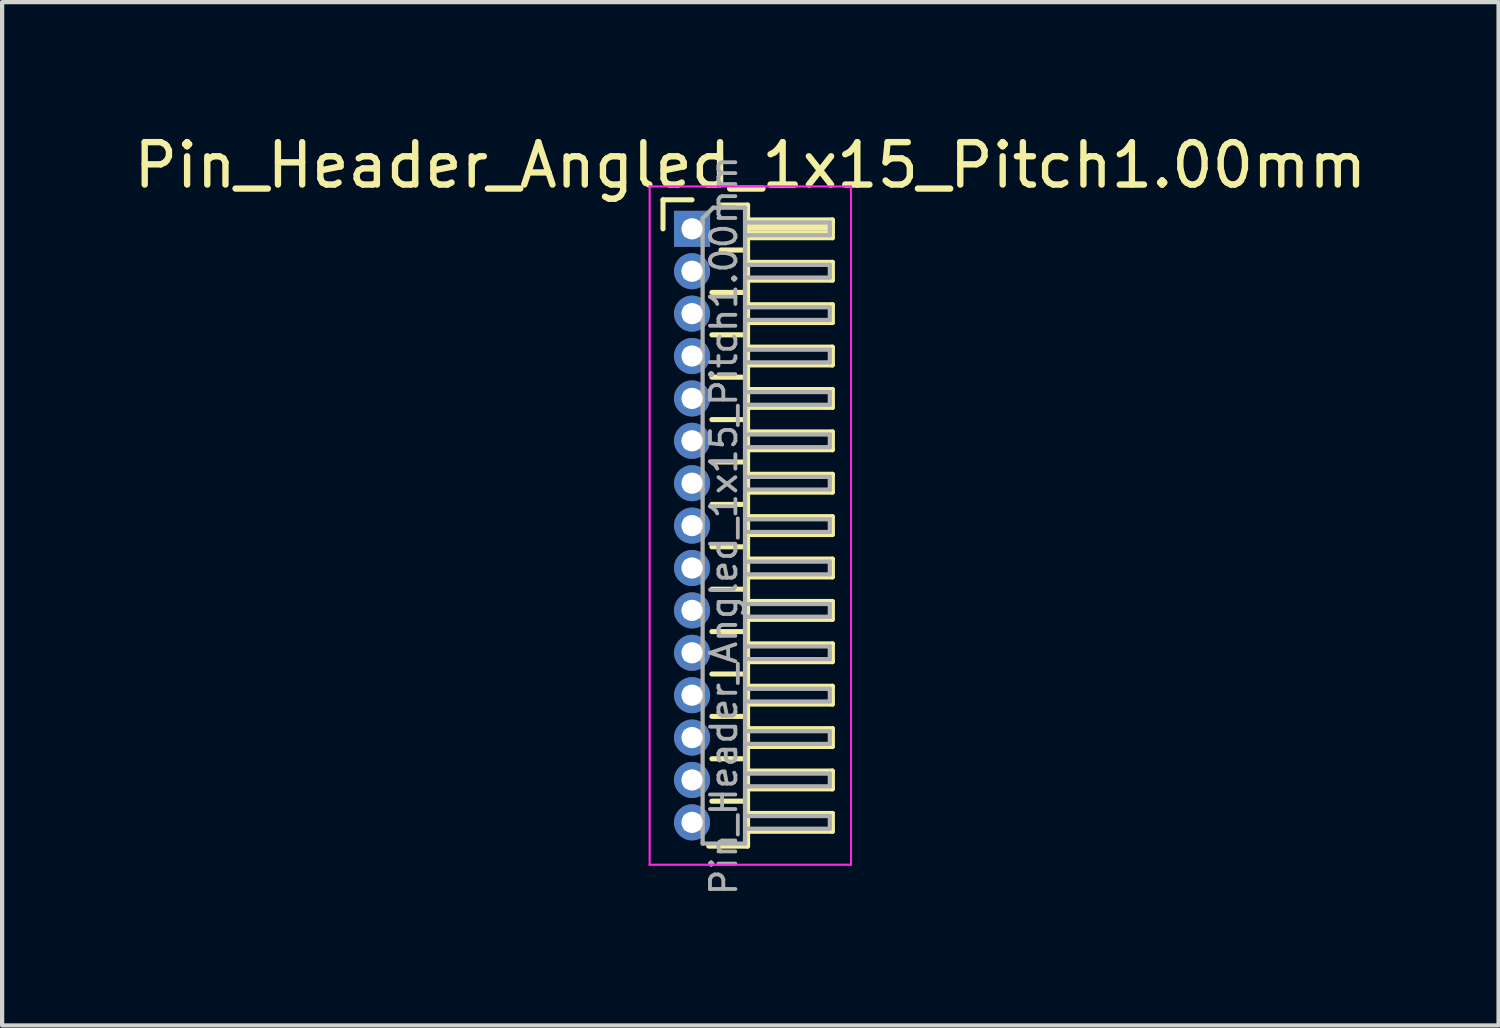
<source format=kicad_pcb>
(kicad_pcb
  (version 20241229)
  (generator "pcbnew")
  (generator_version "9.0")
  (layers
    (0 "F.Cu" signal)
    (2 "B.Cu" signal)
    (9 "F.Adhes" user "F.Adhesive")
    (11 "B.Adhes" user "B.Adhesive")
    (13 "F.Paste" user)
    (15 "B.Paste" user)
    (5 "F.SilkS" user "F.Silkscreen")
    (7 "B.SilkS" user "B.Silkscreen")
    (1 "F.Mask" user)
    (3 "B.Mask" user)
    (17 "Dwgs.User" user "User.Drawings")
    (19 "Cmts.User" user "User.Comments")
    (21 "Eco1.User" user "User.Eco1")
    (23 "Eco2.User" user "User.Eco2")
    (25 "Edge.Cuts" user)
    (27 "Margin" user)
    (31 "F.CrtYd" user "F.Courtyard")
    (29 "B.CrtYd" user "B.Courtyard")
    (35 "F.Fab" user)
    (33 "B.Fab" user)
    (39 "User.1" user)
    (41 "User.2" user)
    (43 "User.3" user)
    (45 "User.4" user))
  (footprint "Pin_Header_Angled_1x15_Pitch1.00mm"
    (layer "F.Cu")
    (at 13.274 2.348)
    (property "Reference" "Pin_Header_Angled_1x15_Pitch1.00mm" (at 1.375 -1.5 0) (layer "F.SilkS") (effects (font (size 1 1) (thickness 0.15))))
    (attr through_hole)
    (fp_line (start -0.685 -0.685) (end 0 -0.685) (stroke (width 0.12) (type solid)) (layer "F.SilkS"))
    (fp_line (start -0.685 0) (end -0.685 -0.685) (stroke (width 0.12) (type solid)) (layer "F.SilkS"))
    (fp_line (start 0.468 1.5) (end 1.31 1.5) (stroke (width 0.12) (type solid)) (layer "F.SilkS"))
    (fp_line (start 0.468 2.5) (end 1.31 2.5) (stroke (width 0.12) (type solid)) (layer "F.SilkS"))
    (fp_line (start 0.468 3.5) (end 1.31 3.5) (stroke (width 0.12) (type solid)) (layer "F.SilkS"))
    (fp_line (start 0.468 4.5) (end 1.31 4.5) (stroke (width 0.12) (type solid)) (layer "F.SilkS"))
    (fp_line (start 0.468 5.5) (end 1.31 5.5) (stroke (width 0.12) (type solid)) (layer "F.SilkS"))
    (fp_line (start 0.468 6.5) (end 1.31 6.5) (stroke (width 0.12) (type solid)) (layer "F.SilkS"))
    (fp_line (start 0.468 7.5) (end 1.31 7.5) (stroke (width 0.12) (type solid)) (layer "F.SilkS"))
    (fp_line (start 0.468 8.5) (end 1.31 8.5) (stroke (width 0.12) (type solid)) (layer "F.SilkS"))
    (fp_line (start 0.468 9.5) (end 1.31 9.5) (stroke (width 0.12) (type solid)) (layer "F.SilkS"))
    (fp_line (start 0.468 10.5) (end 1.31 10.5) (stroke (width 0.12) (type solid)) (layer "F.SilkS"))
    (fp_line (start 0.468 11.5) (end 1.31 11.5) (stroke (width 0.12) (type solid)) (layer "F.SilkS"))
    (fp_line (start 0.468 12.5) (end 1.31 12.5) (stroke (width 0.12) (type solid)) (layer "F.SilkS"))
    (fp_line (start 0.468 13.5) (end 1.31 13.5) (stroke (width 0.12) (type solid)) (layer "F.SilkS"))
    (fp_line (start 0.685 -0.56) (end 1.31 -0.56) (stroke (width 0.12) (type solid)) (layer "F.SilkS"))
    (fp_line (start 0.685 0.5) (end 1.31 0.5) (stroke (width 0.12) (type solid)) (layer "F.SilkS"))
    (fp_line (start 1.31 -0.56) (end 1.31 14.56) (stroke (width 0.12) (type solid)) (layer "F.SilkS"))
    (fp_line (start 1.31 -0.21) (end 3.31 -0.21) (stroke (width 0.12) (type solid)) (layer "F.SilkS"))
    (fp_line (start 1.31 -0.15) (end 3.31 -0.15) (stroke (width 0.12) (type solid)) (layer "F.SilkS"))
    (fp_line (start 1.31 -0.03) (end 3.31 -0.03) (stroke (width 0.12) (type solid)) (layer "F.SilkS"))
    (fp_line (start 1.31 0.09) (end 3.31 0.09) (stroke (width 0.12) (type solid)) (layer "F.SilkS"))
    (fp_line (start 1.31 0.79) (end 3.31 0.79) (stroke (width 0.12) (type solid)) (layer "F.SilkS"))
    (fp_line (start 1.31 1.79) (end 3.31 1.79) (stroke (width 0.12) (type solid)) (layer "F.SilkS"))
    (fp_line (start 1.31 2.79) (end 3.31 2.79) (stroke (width 0.12) (type solid)) (layer "F.SilkS"))
    (fp_line (start 1.31 3.79) (end 3.31 3.79) (stroke (width 0.12) (type solid)) (layer "F.SilkS"))
    (fp_line (start 1.31 4.79) (end 3.31 4.79) (stroke (width 0.12) (type solid)) (layer "F.SilkS"))
    (fp_line (start 1.31 5.79) (end 3.31 5.79) (stroke (width 0.12) (type solid)) (layer "F.SilkS"))
    (fp_line (start 1.31 6.79) (end 3.31 6.79) (stroke (width 0.12) (type solid)) (layer "F.SilkS"))
    (fp_line (start 1.31 7.79) (end 3.31 7.79) (stroke (width 0.12) (type solid)) (layer "F.SilkS"))
    (fp_line (start 1.31 8.79) (end 3.31 8.79) (stroke (width 0.12) (type solid)) (layer "F.SilkS"))
    (fp_line (start 1.31 9.79) (end 3.31 9.79) (stroke (width 0.12) (type solid)) (layer "F.SilkS"))
    (fp_line (start 1.31 10.79) (end 3.31 10.79) (stroke (width 0.12) (type solid)) (layer "F.SilkS"))
    (fp_line (start 1.31 11.79) (end 3.31 11.79) (stroke (width 0.12) (type solid)) (layer "F.SilkS"))
    (fp_line (start 1.31 12.79) (end 3.31 12.79) (stroke (width 0.12) (type solid)) (layer "F.SilkS"))
    (fp_line (start 1.31 13.79) (end 3.31 13.79) (stroke (width 0.12) (type solid)) (layer "F.SilkS"))
    (fp_line (start 1.31 14.56) (end 0.394 14.56) (stroke (width 0.12) (type solid)) (layer "F.SilkS"))
    (fp_line (start 3.31 -0.21) (end 3.31 0.21) (stroke (width 0.12) (type solid)) (layer "F.SilkS"))
    (fp_line (start 3.31 0.21) (end 1.31 0.21) (stroke (width 0.12) (type solid)) (layer "F.SilkS"))
    (fp_line (start 3.31 0.79) (end 3.31 1.21) (stroke (width 0.12) (type solid)) (layer "F.SilkS"))
    (fp_line (start 3.31 1.21) (end 1.31 1.21) (stroke (width 0.12) (type solid)) (layer "F.SilkS"))
    (fp_line (start 3.31 1.79) (end 3.31 2.21) (stroke (width 0.12) (type solid)) (layer "F.SilkS"))
    (fp_line (start 3.31 2.21) (end 1.31 2.21) (stroke (width 0.12) (type solid)) (layer "F.SilkS"))
    (fp_line (start 3.31 2.79) (end 3.31 3.21) (stroke (width 0.12) (type solid)) (layer "F.SilkS"))
    (fp_line (start 3.31 3.21) (end 1.31 3.21) (stroke (width 0.12) (type solid)) (layer "F.SilkS"))
    (fp_line (start 3.31 3.79) (end 3.31 4.21) (stroke (width 0.12) (type solid)) (layer "F.SilkS"))
    (fp_line (start 3.31 4.21) (end 1.31 4.21) (stroke (width 0.12) (type solid)) (layer "F.SilkS"))
    (fp_line (start 3.31 4.79) (end 3.31 5.21) (stroke (width 0.12) (type solid)) (layer "F.SilkS"))
    (fp_line (start 3.31 5.21) (end 1.31 5.21) (stroke (width 0.12) (type solid)) (layer "F.SilkS"))
    (fp_line (start 3.31 5.79) (end 3.31 6.21) (stroke (width 0.12) (type solid)) (layer "F.SilkS"))
    (fp_line (start 3.31 6.21) (end 1.31 6.21) (stroke (width 0.12) (type solid)) (layer "F.SilkS"))
    (fp_line (start 3.31 6.79) (end 3.31 7.21) (stroke (width 0.12) (type solid)) (layer "F.SilkS"))
    (fp_line (start 3.31 7.21) (end 1.31 7.21) (stroke (width 0.12) (type solid)) (layer "F.SilkS"))
    (fp_line (start 3.31 7.79) (end 3.31 8.21) (stroke (width 0.12) (type solid)) (layer "F.SilkS"))
    (fp_line (start 3.31 8.21) (end 1.31 8.21) (stroke (width 0.12) (type solid)) (layer "F.SilkS"))
    (fp_line (start 3.31 8.79) (end 3.31 9.21) (stroke (width 0.12) (type solid)) (layer "F.SilkS"))
    (fp_line (start 3.31 9.21) (end 1.31 9.21) (stroke (width 0.12) (type solid)) (layer "F.SilkS"))
    (fp_line (start 3.31 9.79) (end 3.31 10.21) (stroke (width 0.12) (type solid)) (layer "F.SilkS"))
    (fp_line (start 3.31 10.21) (end 1.31 10.21) (stroke (width 0.12) (type solid)) (layer "F.SilkS"))
    (fp_line (start 3.31 10.79) (end 3.31 11.21) (stroke (width 0.12) (type solid)) (layer "F.SilkS"))
    (fp_line (start 3.31 11.21) (end 1.31 11.21) (stroke (width 0.12) (type solid)) (layer "F.SilkS"))
    (fp_line (start 3.31 11.79) (end 3.31 12.21) (stroke (width 0.12) (type solid)) (layer "F.SilkS"))
    (fp_line (start 3.31 12.21) (end 1.31 12.21) (stroke (width 0.12) (type solid)) (layer "F.SilkS"))
    (fp_line (start 3.31 12.79) (end 3.31 13.21) (stroke (width 0.12) (type solid)) (layer "F.SilkS"))
    (fp_line (start 3.31 13.21) (end 1.31 13.21) (stroke (width 0.12) (type solid)) (layer "F.SilkS"))
    (fp_line (start 3.31 13.79) (end 3.31 14.21) (stroke (width 0.12) (type solid)) (layer "F.SilkS"))
    (fp_line (start 3.31 14.21) (end 1.31 14.21) (stroke (width 0.12) (type solid)) (layer "F.SilkS"))
    (fp_line (start -1 -1) (end -1 15) (stroke (width 0.05) (type solid)) (layer "F.CrtYd"))
    (fp_line (start -1 15) (end 3.75 15) (stroke (width 0.05) (type solid)) (layer "F.CrtYd"))
    (fp_line (start 3.75 -1) (end -1 -1) (stroke (width 0.05) (type solid)) (layer "F.CrtYd"))
    (fp_line (start 3.75 15) (end 3.75 -1) (stroke (width 0.05) (type solid)) (layer "F.CrtYd"))
    (fp_line (start -0.15 -0.15) (end -0.15 0.15) (stroke (width 0.1) (type solid)) (layer "F.Fab"))
    (fp_line (start -0.15 -0.15) (end 0.25 -0.15) (stroke (width 0.1) (type solid)) (layer "F.Fab"))
    (fp_line (start -0.15 0.15) (end 0.25 0.15) (stroke (width 0.1) (type solid)) (layer "F.Fab"))
    (fp_line (start -0.15 0.85) (end -0.15 1.15) (stroke (width 0.1) (type solid)) (layer "F.Fab"))
    (fp_line (start -0.15 0.85) (end 0.25 0.85) (stroke (width 0.1) (type solid)) (layer "F.Fab"))
    (fp_line (start -0.15 1.15) (end 0.25 1.15) (stroke (width 0.1) (type solid)) (layer "F.Fab"))
    (fp_line (start -0.15 1.85) (end -0.15 2.15) (stroke (width 0.1) (type solid)) (layer "F.Fab"))
    (fp_line (start -0.15 1.85) (end 0.25 1.85) (stroke (width 0.1) (type solid)) (layer "F.Fab"))
    (fp_line (start -0.15 2.15) (end 0.25 2.15) (stroke (width 0.1) (type solid)) (layer "F.Fab"))
    (fp_line (start -0.15 2.85) (end -0.15 3.15) (stroke (width 0.1) (type solid)) (layer "F.Fab"))
    (fp_line (start -0.15 2.85) (end 0.25 2.85) (stroke (width 0.1) (type solid)) (layer "F.Fab"))
    (fp_line (start -0.15 3.15) (end 0.25 3.15) (stroke (width 0.1) (type solid)) (layer "F.Fab"))
    (fp_line (start -0.15 3.85) (end -0.15 4.15) (stroke (width 0.1) (type solid)) (layer "F.Fab"))
    (fp_line (start -0.15 3.85) (end 0.25 3.85) (stroke (width 0.1) (type solid)) (layer "F.Fab"))
    (fp_line (start -0.15 4.15) (end 0.25 4.15) (stroke (width 0.1) (type solid)) (layer "F.Fab"))
    (fp_line (start -0.15 4.85) (end -0.15 5.15) (stroke (width 0.1) (type solid)) (layer "F.Fab"))
    (fp_line (start -0.15 4.85) (end 0.25 4.85) (stroke (width 0.1) (type solid)) (layer "F.Fab"))
    (fp_line (start -0.15 5.15) (end 0.25 5.15) (stroke (width 0.1) (type solid)) (layer "F.Fab"))
    (fp_line (start -0.15 5.85) (end -0.15 6.15) (stroke (width 0.1) (type solid)) (layer "F.Fab"))
    (fp_line (start -0.15 5.85) (end 0.25 5.85) (stroke (width 0.1) (type solid)) (layer "F.Fab"))
    (fp_line (start -0.15 6.15) (end 0.25 6.15) (stroke (width 0.1) (type solid)) (layer "F.Fab"))
    (fp_line (start -0.15 6.85) (end -0.15 7.15) (stroke (width 0.1) (type solid)) (layer "F.Fab"))
    (fp_line (start -0.15 6.85) (end 0.25 6.85) (stroke (width 0.1) (type solid)) (layer "F.Fab"))
    (fp_line (start -0.15 7.15) (end 0.25 7.15) (stroke (width 0.1) (type solid)) (layer "F.Fab"))
    (fp_line (start -0.15 7.85) (end -0.15 8.15) (stroke (width 0.1) (type solid)) (layer "F.Fab"))
    (fp_line (start -0.15 7.85) (end 0.25 7.85) (stroke (width 0.1) (type solid)) (layer "F.Fab"))
    (fp_line (start -0.15 8.15) (end 0.25 8.15) (stroke (width 0.1) (type solid)) (layer "F.Fab"))
    (fp_line (start -0.15 8.85) (end -0.15 9.15) (stroke (width 0.1) (type solid)) (layer "F.Fab"))
    (fp_line (start -0.15 8.85) (end 0.25 8.85) (stroke (width 0.1) (type solid)) (layer "F.Fab"))
    (fp_line (start -0.15 9.15) (end 0.25 9.15) (stroke (width 0.1) (type solid)) (layer "F.Fab"))
    (fp_line (start -0.15 9.85) (end -0.15 10.15) (stroke (width 0.1) (type solid)) (layer "F.Fab"))
    (fp_line (start -0.15 9.85) (end 0.25 9.85) (stroke (width 0.1) (type solid)) (layer "F.Fab"))
    (fp_line (start -0.15 10.15) (end 0.25 10.15) (stroke (width 0.1) (type solid)) (layer "F.Fab"))
    (fp_line (start -0.15 10.85) (end -0.15 11.15) (stroke (width 0.1) (type solid)) (layer "F.Fab"))
    (fp_line (start -0.15 10.85) (end 0.25 10.85) (stroke (width 0.1) (type solid)) (layer "F.Fab"))
    (fp_line (start -0.15 11.15) (end 0.25 11.15) (stroke (width 0.1) (type solid)) (layer "F.Fab"))
    (fp_line (start -0.15 11.85) (end -0.15 12.15) (stroke (width 0.1) (type solid)) (layer "F.Fab"))
    (fp_line (start -0.15 11.85) (end 0.25 11.85) (stroke (width 0.1) (type solid)) (layer "F.Fab"))
    (fp_line (start -0.15 12.15) (end 0.25 12.15) (stroke (width 0.1) (type solid)) (layer "F.Fab"))
    (fp_line (start -0.15 12.85) (end -0.15 13.15) (stroke (width 0.1) (type solid)) (layer "F.Fab"))
    (fp_line (start -0.15 12.85) (end 0.25 12.85) (stroke (width 0.1) (type solid)) (layer "F.Fab"))
    (fp_line (start -0.15 13.15) (end 0.25 13.15) (stroke (width 0.1) (type solid)) (layer "F.Fab"))
    (fp_line (start -0.15 13.85) (end -0.15 14.15) (stroke (width 0.1) (type solid)) (layer "F.Fab"))
    (fp_line (start -0.15 13.85) (end 0.25 13.85) (stroke (width 0.1) (type solid)) (layer "F.Fab"))
    (fp_line (start -0.15 14.15) (end 0.25 14.15) (stroke (width 0.1) (type solid)) (layer "F.Fab"))
    (fp_line (start 0.25 -0.25) (end 0.5 -0.5) (stroke (width 0.1) (type solid)) (layer "F.Fab"))
    (fp_line (start 0.25 14.5) (end 0.25 -0.25) (stroke (width 0.1) (type solid)) (layer "F.Fab"))
    (fp_line (start 0.5 -0.5) (end 1.25 -0.5) (stroke (width 0.1) (type solid)) (layer "F.Fab"))
    (fp_line (start 1.25 -0.5) (end 1.25 14.5) (stroke (width 0.1) (type solid)) (layer "F.Fab"))
    (fp_line (start 1.25 -0.15) (end 3.25 -0.15) (stroke (width 0.1) (type solid)) (layer "F.Fab"))
    (fp_line (start 1.25 0.15) (end 3.25 0.15) (stroke (width 0.1) (type solid)) (layer "F.Fab"))
    (fp_line (start 1.25 0.85) (end 3.25 0.85) (stroke (width 0.1) (type solid)) (layer "F.Fab"))
    (fp_line (start 1.25 1.15) (end 3.25 1.15) (stroke (width 0.1) (type solid)) (layer "F.Fab"))
    (fp_line (start 1.25 1.85) (end 3.25 1.85) (stroke (width 0.1) (type solid)) (layer "F.Fab"))
    (fp_line (start 1.25 2.15) (end 3.25 2.15) (stroke (width 0.1) (type solid)) (layer "F.Fab"))
    (fp_line (start 1.25 2.85) (end 3.25 2.85) (stroke (width 0.1) (type solid)) (layer "F.Fab"))
    (fp_line (start 1.25 3.15) (end 3.25 3.15) (stroke (width 0.1) (type solid)) (layer "F.Fab"))
    (fp_line (start 1.25 3.85) (end 3.25 3.85) (stroke (width 0.1) (type solid)) (layer "F.Fab"))
    (fp_line (start 1.25 4.15) (end 3.25 4.15) (stroke (width 0.1) (type solid)) (layer "F.Fab"))
    (fp_line (start 1.25 4.85) (end 3.25 4.85) (stroke (width 0.1) (type solid)) (layer "F.Fab"))
    (fp_line (start 1.25 5.15) (end 3.25 5.15) (stroke (width 0.1) (type solid)) (layer "F.Fab"))
    (fp_line (start 1.25 5.85) (end 3.25 5.85) (stroke (width 0.1) (type solid)) (layer "F.Fab"))
    (fp_line (start 1.25 6.15) (end 3.25 6.15) (stroke (width 0.1) (type solid)) (layer "F.Fab"))
    (fp_line (start 1.25 6.85) (end 3.25 6.85) (stroke (width 0.1) (type solid)) (layer "F.Fab"))
    (fp_line (start 1.25 7.15) (end 3.25 7.15) (stroke (width 0.1) (type solid)) (layer "F.Fab"))
    (fp_line (start 1.25 7.85) (end 3.25 7.85) (stroke (width 0.1) (type solid)) (layer "F.Fab"))
    (fp_line (start 1.25 8.15) (end 3.25 8.15) (stroke (width 0.1) (type solid)) (layer "F.Fab"))
    (fp_line (start 1.25 8.85) (end 3.25 8.85) (stroke (width 0.1) (type solid)) (layer "F.Fab"))
    (fp_line (start 1.25 9.15) (end 3.25 9.15) (stroke (width 0.1) (type solid)) (layer "F.Fab"))
    (fp_line (start 1.25 9.85) (end 3.25 9.85) (stroke (width 0.1) (type solid)) (layer "F.Fab"))
    (fp_line (start 1.25 10.15) (end 3.25 10.15) (stroke (width 0.1) (type solid)) (layer "F.Fab"))
    (fp_line (start 1.25 10.85) (end 3.25 10.85) (stroke (width 0.1) (type solid)) (layer "F.Fab"))
    (fp_line (start 1.25 11.15) (end 3.25 11.15) (stroke (width 0.1) (type solid)) (layer "F.Fab"))
    (fp_line (start 1.25 11.85) (end 3.25 11.85) (stroke (width 0.1) (type solid)) (layer "F.Fab"))
    (fp_line (start 1.25 12.15) (end 3.25 12.15) (stroke (width 0.1) (type solid)) (layer "F.Fab"))
    (fp_line (start 1.25 12.85) (end 3.25 12.85) (stroke (width 0.1) (type solid)) (layer "F.Fab"))
    (fp_line (start 1.25 13.15) (end 3.25 13.15) (stroke (width 0.1) (type solid)) (layer "F.Fab"))
    (fp_line (start 1.25 13.85) (end 3.25 13.85) (stroke (width 0.1) (type solid)) (layer "F.Fab"))
    (fp_line (start 1.25 14.15) (end 3.25 14.15) (stroke (width 0.1) (type solid)) (layer "F.Fab"))
    (fp_line (start 1.25 14.5) (end 0.25 14.5) (stroke (width 0.1) (type solid)) (layer "F.Fab"))
    (fp_line (start 3.25 -0.15) (end 3.25 0.15) (stroke (width 0.1) (type solid)) (layer "F.Fab"))
    (fp_line (start 3.25 0.85) (end 3.25 1.15) (stroke (width 0.1) (type solid)) (layer "F.Fab"))
    (fp_line (start 3.25 1.85) (end 3.25 2.15) (stroke (width 0.1) (type solid)) (layer "F.Fab"))
    (fp_line (start 3.25 2.85) (end 3.25 3.15) (stroke (width 0.1) (type solid)) (layer "F.Fab"))
    (fp_line (start 3.25 3.85) (end 3.25 4.15) (stroke (width 0.1) (type solid)) (layer "F.Fab"))
    (fp_line (start 3.25 4.85) (end 3.25 5.15) (stroke (width 0.1) (type solid)) (layer "F.Fab"))
    (fp_line (start 3.25 5.85) (end 3.25 6.15) (stroke (width 0.1) (type solid)) (layer "F.Fab"))
    (fp_line (start 3.25 6.85) (end 3.25 7.15) (stroke (width 0.1) (type solid)) (layer "F.Fab"))
    (fp_line (start 3.25 7.85) (end 3.25 8.15) (stroke (width 0.1) (type solid)) (layer "F.Fab"))
    (fp_line (start 3.25 8.85) (end 3.25 9.15) (stroke (width 0.1) (type solid)) (layer "F.Fab"))
    (fp_line (start 3.25 9.85) (end 3.25 10.15) (stroke (width 0.1) (type solid)) (layer "F.Fab"))
    (fp_line (start 3.25 10.85) (end 3.25 11.15) (stroke (width 0.1) (type solid)) (layer "F.Fab"))
    (fp_line (start 3.25 11.85) (end 3.25 12.15) (stroke (width 0.1) (type solid)) (layer "F.Fab"))
    (fp_line (start 3.25 12.85) (end 3.25 13.15) (stroke (width 0.1) (type solid)) (layer "F.Fab"))
    (fp_line (start 3.25 13.85) (end 3.25 14.15) (stroke (width 0.1) (type solid)) (layer "F.Fab"))
    (fp_text user "${REFERENCE}" (at 0.75 7 90) (layer "F.Fab") (effects (font (size 0.6 0.6) (thickness 0.09))))
    (pad "1" thru_hole rect (at 0 0) (size 0.85 0.85) (drill 0.5) (layers "*.Cu" "*.Mask"))
    (pad "2" thru_hole oval (at 0 1) (size 0.85 0.85) (drill 0.5) (layers "*.Cu" "*.Mask"))
    (pad "3" thru_hole oval (at 0 2) (size 0.85 0.85) (drill 0.5) (layers "*.Cu" "*.Mask"))
    (pad "4" thru_hole oval (at 0 3) (size 0.85 0.85) (drill 0.5) (layers "*.Cu" "*.Mask"))
    (pad "5" thru_hole oval (at 0 4) (size 0.85 0.85) (drill 0.5) (layers "*.Cu" "*.Mask"))
    (pad "6" thru_hole oval (at 0 5) (size 0.85 0.85) (drill 0.5) (layers "*.Cu" "*.Mask"))
    (pad "7" thru_hole oval (at 0 6) (size 0.85 0.85) (drill 0.5) (layers "*.Cu" "*.Mask"))
    (pad "8" thru_hole oval (at 0 7) (size 0.85 0.85) (drill 0.5) (layers "*.Cu" "*.Mask"))
    (pad "9" thru_hole oval (at 0 8) (size 0.85 0.85) (drill 0.5) (layers "*.Cu" "*.Mask"))
    (pad "10" thru_hole oval (at 0 9) (size 0.85 0.85) (drill 0.5) (layers "*.Cu" "*.Mask"))
    (pad "11" thru_hole oval (at 0 10) (size 0.85 0.85) (drill 0.5) (layers "*.Cu" "*.Mask"))
    (pad "12" thru_hole oval (at 0 11) (size 0.85 0.85) (drill 0.5) (layers "*.Cu" "*.Mask"))
    (pad "13" thru_hole oval (at 0 12) (size 0.85 0.85) (drill 0.5) (layers "*.Cu" "*.Mask"))
    (pad "14" thru_hole oval (at 0 13) (size 0.85 0.85) (drill 0.5) (layers "*.Cu" "*.Mask"))
    (pad "15" thru_hole oval (at 0 14) (size 0.85 0.85) (drill 0.5) (layers "*.Cu" "*.Mask")))
  (gr_rect
    (start -3 -3)
    (end 32.298 21.138)
    (stroke (width 0.1) (type default))
    (fill no)
    (layer "Edge.Cuts")))
</source>
